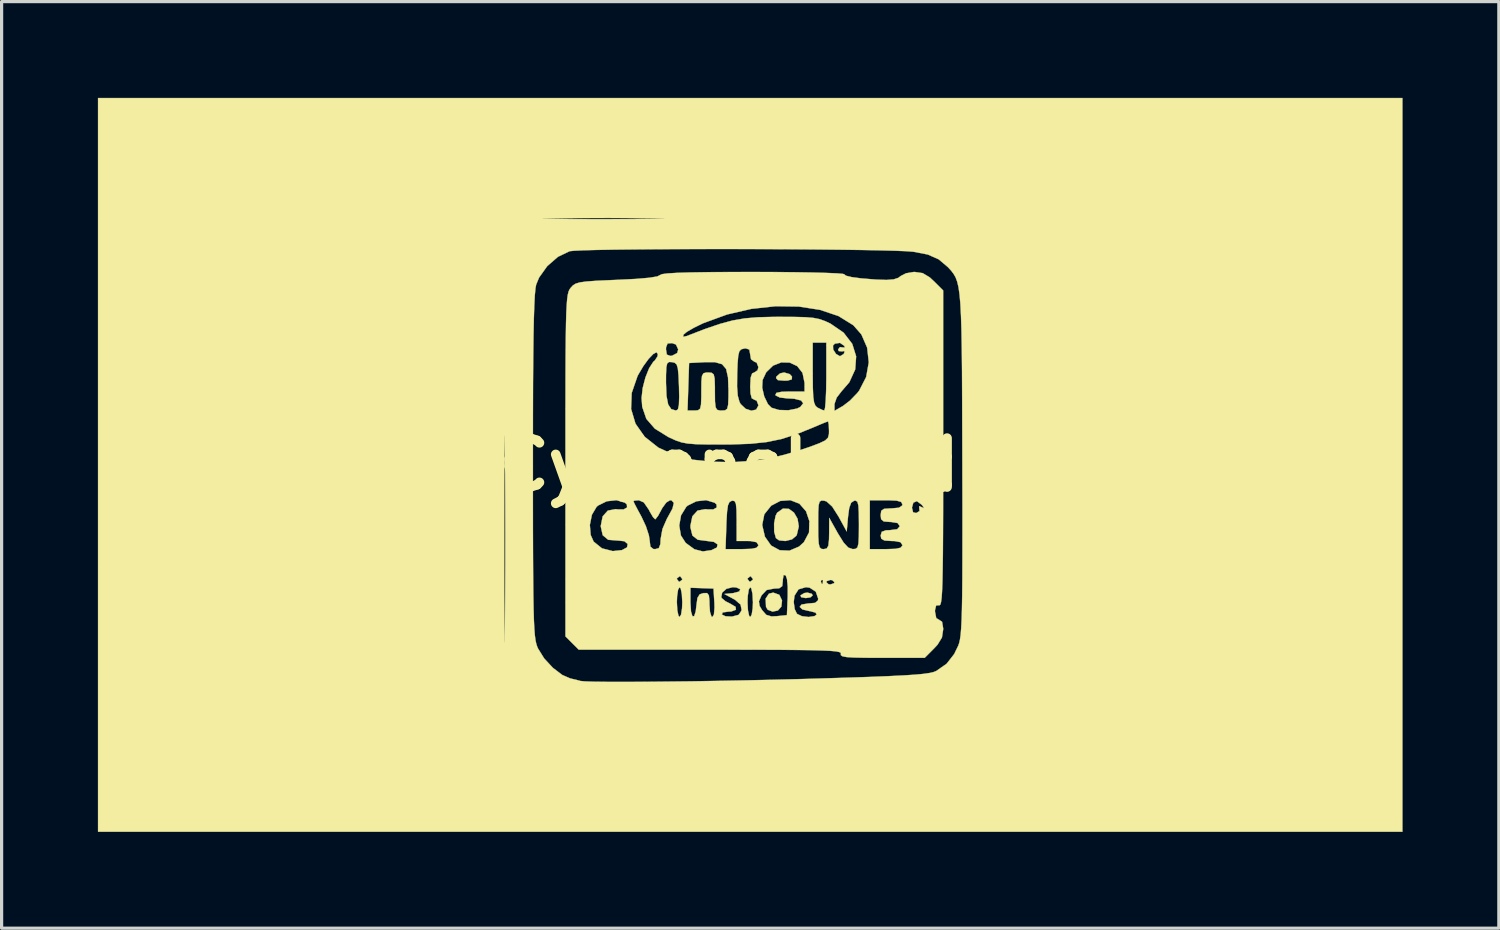
<source format=kicad_pcb>
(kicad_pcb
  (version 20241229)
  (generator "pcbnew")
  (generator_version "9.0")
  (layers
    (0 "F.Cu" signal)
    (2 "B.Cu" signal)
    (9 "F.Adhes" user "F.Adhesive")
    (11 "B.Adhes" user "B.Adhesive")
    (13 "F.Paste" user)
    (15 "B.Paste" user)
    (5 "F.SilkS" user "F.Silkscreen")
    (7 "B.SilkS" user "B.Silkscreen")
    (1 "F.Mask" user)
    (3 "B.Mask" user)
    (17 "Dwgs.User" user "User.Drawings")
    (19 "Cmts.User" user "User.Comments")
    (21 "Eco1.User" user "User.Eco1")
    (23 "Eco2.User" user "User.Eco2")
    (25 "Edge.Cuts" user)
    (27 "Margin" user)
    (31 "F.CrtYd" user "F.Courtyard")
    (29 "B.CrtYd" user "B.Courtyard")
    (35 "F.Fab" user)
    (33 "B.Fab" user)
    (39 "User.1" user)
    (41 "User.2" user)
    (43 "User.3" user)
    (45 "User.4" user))
  (footprint "CycloneInside"
    (layer "F.Cu")
    (at 20.325 11.435)
    (property "Reference" "CycloneInside" (at 0 0 0) (layer "F.SilkS") (effects (font (size 1.524 1.524) (thickness 0.3))))
    (attr through_hole)
    (fp_poly (pts (xy 1.918 4.016) (xy 1.947 4.064) (xy 1.875 4.127) (xy 1.731 4.149) (xy 1.587 4.122) (xy 1.566 4.064) (xy 1.686 3.993) (xy 1.783 3.979) (xy 1.918 4.016)) (stroke (width 0.01) (type solid)) (fill yes) (layer "F.SilkS"))
    (fp_poly (pts (xy 0.906 4.047) (xy 0.991 4.224) (xy 0.97 4.415) (xy 0.862 4.537) (xy 0.696 4.571) (xy 0.546 4.513) (xy 0.492 4.424) (xy 0.48 4.167) (xy 0.582 4.013) (xy 0.717 3.979) (xy 0.906 4.047)) (stroke (width 0.01) (type solid)) (fill yes) (layer "F.SilkS"))
    (fp_poly (pts (xy 1.23 -2.829) (xy 1.301 -2.752) (xy 1.295 -2.664) (xy 1.167 -2.628) (xy 1.058 -2.625) (xy 0.863 -2.642) (xy 0.805 -2.704) (xy 0.816 -2.752) (xy 0.93 -2.852) (xy 1.058 -2.879) (xy 1.23 -2.829)) (stroke (width 0.01) (type solid)) (fill yes) (layer "F.SilkS"))
    (fp_poly (pts (xy 1.204 1.37) (xy 1.363 1.486) (xy 1.475 1.679) (xy 1.513 1.918) (xy 1.453 2.173) (xy 1.436 2.207) (xy 1.301 2.32) (xy 1.096 2.371) (xy 0.899 2.351) (xy 0.801 2.28) (xy 0.746 2.084) (xy 0.744 1.822) (xy 0.791 1.584) (xy 0.84 1.489) (xy 1.021 1.361) (xy 1.204 1.37)) (stroke (width 0.01) (type solid)) (fill yes) (layer "F.SilkS"))
    (fp_poly (pts (xy 20.32 11.43) (xy -20.32 11.43) (xy -20.32 2.328) (xy -7.665 2.328) (xy -7.665 3.17) (xy -7.664 3.894) (xy -7.662 4.496) (xy -7.66 4.968) (xy -7.657 5.306) (xy -7.654 5.502) (xy -7.651 5.552) (xy -7.648 5.448) (xy -7.644 5.185) (xy -7.641 4.926) (xy -7.636 4.093) (xy -7.632 3.154) (xy -7.631 2.167) (xy -7.633 1.19) (xy -7.637 0.28) (xy -7.641 -0.324) (xy -7.643 -0.485) (xy -6.771 -0.485) (xy -6.771 0.052) (xy -6.771 1.138) (xy -6.77 2.069) (xy -6.767 2.856) (xy -6.763 3.512) (xy -6.758 4.052) (xy -6.75 4.489) (xy -6.74 4.834) (xy -6.727 5.102) (xy -6.711 5.305) (xy -6.691 5.457) (xy -6.667 5.57) (xy -6.639 5.658) (xy -6.615 5.716) (xy -6.421 6.029) (xy -6.151 6.321) (xy -5.855 6.546) (xy -5.608 6.653) (xy -5.407 6.7) (xy -5.292 6.732) (xy -5.162 6.745) (xy -4.88 6.755) (xy -4.464 6.76) (xy -3.932 6.761) (xy -3.299 6.759) (xy -2.585 6.752) (xy -1.806 6.743) (xy -0.98 6.729) (xy -0.124 6.713) (xy 0.744 6.694) (xy 1.607 6.672) (xy 2.117 6.657) (xy 2.996 6.63) (xy 3.723 6.606) (xy 4.31 6.582) (xy 4.776 6.559) (xy 5.134 6.536) (xy 5.401 6.511) (xy 5.591 6.483) (xy 5.722 6.451) (xy 5.8 6.419) (xy 6.121 6.194) (xy 6.355 5.893) (xy 6.483 5.63) (xy 6.511 5.548) (xy 6.535 5.442) (xy 6.556 5.297) (xy 6.572 5.102) (xy 6.586 4.843) (xy 6.596 4.507) (xy 6.604 4.082) (xy 6.609 3.554) (xy 6.611 2.91) (xy 6.612 2.139) (xy 6.612 1.226) (xy 6.609 0.158) (xy 6.609 -0.03) (xy 6.606 -1.147) (xy 6.603 -2.107) (xy 6.599 -2.924) (xy 6.592 -3.61) (xy 6.582 -4.178) (xy 6.567 -4.642) (xy 6.548 -5.014) (xy 6.522 -5.307) (xy 6.49 -5.534) (xy 6.449 -5.708) (xy 6.399 -5.842) (xy 6.339 -5.949) (xy 6.269 -6.042) (xy 6.186 -6.134) (xy 6.155 -6.166) (xy 5.874 -6.404) (xy 5.534 -6.555) (xy 5.083 -6.642) (xy 5.08 -6.642) (xy 4.861 -6.659) (xy 4.5 -6.673) (xy 4.016 -6.686) (xy 3.426 -6.697) (xy 2.749 -6.706) (xy 2.003 -6.714) (xy 1.207 -6.72) (xy 0.379 -6.724) (xy -0.462 -6.726) (xy -1.3 -6.726) (xy -2.114 -6.724) (xy -2.886 -6.721) (xy -3.6 -6.715) (xy -4.235 -6.708) (xy -4.774 -6.698) (xy -5.198 -6.687) (xy -5.489 -6.673) (xy -5.628 -6.658) (xy -5.991 -6.484) (xy -6.325 -6.193) (xy -6.579 -5.837) (xy -6.67 -5.618) (xy -6.692 -5.495) (xy -6.712 -5.282) (xy -6.728 -4.969) (xy -6.742 -4.548) (xy -6.753 -4.009) (xy -6.761 -3.343) (xy -6.767 -2.54) (xy -6.77 -1.59) (xy -6.771 -0.485) (xy -7.643 -0.485) (xy -7.645 -0.685) (xy -7.649 -0.883) (xy -7.652 -0.924) (xy -7.656 -0.814) (xy -7.658 -0.56) (xy -7.661 -0.167) (xy -7.663 0.357) (xy -7.664 1.007) (xy -7.665 1.777) (xy -7.665 2.328) (xy -20.32 2.328) (xy -20.32 -7.673) (xy -6.478 -7.673) (xy -6.425 -7.668) (xy -6.226 -7.665) (xy -5.89 -7.662) (xy -5.425 -7.659) (xy -4.838 -7.658) (xy -4.572 -7.658) (xy -3.939 -7.659) (xy -3.425 -7.661) (xy -3.036 -7.663) (xy -2.781 -7.667) (xy -2.669 -7.671) (xy -2.707 -7.676) (xy -2.903 -7.681) (xy -3.027 -7.683) (xy -3.681 -7.691) (xy -4.427 -7.694) (xy -5.188 -7.692) (xy -5.886 -7.687) (xy -6.117 -7.683) (xy -6.378 -7.678) (xy -6.478 -7.673) (xy -20.32 -7.673) (xy -20.32 -11.43) (xy 20.32 -11.43) (xy 20.32 11.43)) (stroke (width 0.01) (type solid)) (fill yes) (layer "F.SilkS"))
    (fp_poly (pts (xy 5.373 -5.975) (xy 5.593 -5.843) (xy 5.723 -5.723) (xy 6.011 -5.436) (xy 6.011 -0.507) (xy 6.011 0.538) (xy 6.01 1.427) (xy 6.007 2.17) (xy 6.003 2.781) (xy 5.996 3.272) (xy 5.988 3.654) (xy 5.977 3.941) (xy 5.963 4.144) (xy 5.945 4.275) (xy 5.925 4.348) (xy 5.9 4.374) (xy 5.884 4.372) (xy 5.792 4.38) (xy 5.758 4.519) (xy 5.757 4.575) (xy 5.796 4.774) (xy 5.884 4.826) (xy 5.977 4.888) (xy 6.011 5.089) (xy 6.011 5.131) (xy 5.973 5.378) (xy 5.836 5.602) (xy 5.723 5.723) (xy 5.436 6.011) (xy 4.106 6.011) (xy 3.6 6.009) (xy 3.241 6.002) (xy 3.007 5.988) (xy 2.875 5.963) (xy 2.823 5.927) (xy 2.825 5.884) (xy 2.82 5.855) (xy 2.774 5.831) (xy 2.673 5.81) (xy 2.502 5.794) (xy 2.25 5.782) (xy 1.903 5.772) (xy 1.446 5.766) (xy 0.868 5.761) (xy 0.154 5.759) (xy -0.709 5.757) (xy -1.234 5.757) (xy -5.342 5.757) (xy -5.55 5.55) (xy -5.757 5.342) (xy -5.757 4.276) (xy -2.286 4.276) (xy -2.272 4.531) (xy -2.236 4.7) (xy -2.201 4.741) (xy -2.155 4.665) (xy -2.124 4.467) (xy -2.117 4.285) (xy -1.863 4.285) (xy -1.845 4.568) (xy -1.801 4.714) (xy -1.747 4.715) (xy -1.698 4.563) (xy -1.677 4.381) (xy -1.645 4.147) (xy -1.575 4.033) (xy -1.46 3.995) (xy -1.344 3.994) (xy -1.288 4.065) (xy -1.271 4.248) (xy -1.27 4.354) (xy -1.253 4.585) (xy -1.208 4.723) (xy -1.181 4.741) (xy -1.131 4.663) (xy -1.113 4.447) (xy -1.117 4.297) (xy -1.128 4.119) (xy -0.902 4.119) (xy -0.888 4.15) (xy -0.769 4.25) (xy -0.627 4.321) (xy -0.455 4.422) (xy -0.446 4.514) (xy -0.593 4.567) (xy -0.682 4.572) (xy -0.857 4.596) (xy -0.886 4.661) (xy -0.886 4.661) (xy -0.771 4.716) (xy -0.571 4.726) (xy -0.564 4.725) (xy -0.359 4.671) (xy -0.275 4.543) (xy -0.27 4.513) (xy -0.3 4.353) (xy -0.388 4.276) (xy -0.085 4.276) (xy -0.071 4.531) (xy -0.035 4.7) (xy 0 4.741) (xy 0.046 4.665) (xy 0.077 4.467) (xy 0.085 4.276) (xy 0.083 4.251) (xy 0.27 4.251) (xy 0.292 4.393) (xy 0.368 4.522) (xy 0.499 4.672) (xy 0.663 4.721) (xy 0.829 4.713) (xy 1.143 4.681) (xy 1.161 4.276) (xy 1.355 4.276) (xy 1.386 4.495) (xy 1.456 4.64) (xy 1.61 4.714) (xy 1.819 4.739) (xy 2.003 4.711) (xy 2.071 4.662) (xy 2.033 4.602) (xy 1.874 4.559) (xy 1.85 4.556) (xy 1.627 4.504) (xy 1.542 4.424) (xy 1.599 4.351) (xy 1.803 4.318) (xy 1.813 4.318) (xy 2.024 4.298) (xy 2.109 4.224) (xy 2.117 4.166) (xy 2.043 3.95) (xy 1.852 3.825) (xy 1.736 3.81) (xy 1.505 3.877) (xy 1.379 4.075) (xy 1.355 4.276) (xy 1.161 4.276) (xy 1.168 4.106) (xy 1.169 3.793) (xy 1.154 3.641) (xy 2.201 3.641) (xy 2.232 3.71) (xy 2.258 3.697) (xy 2.262 3.655) (xy 2.371 3.655) (xy 2.439 3.717) (xy 2.498 3.725) (xy 2.61 3.687) (xy 2.625 3.655) (xy 2.556 3.592) (xy 2.498 3.584) (xy 2.385 3.622) (xy 2.371 3.655) (xy 2.262 3.655) (xy 2.268 3.597) (xy 2.258 3.584) (xy 2.207 3.596) (xy 2.201 3.641) (xy 1.154 3.641) (xy 1.145 3.554) (xy 1.105 3.442) (xy 1.04 3.429) (xy 1.016 3.571) (xy 1.016 3.603) (xy 0.997 3.777) (xy 0.904 3.844) (xy 0.745 3.853) (xy 0.512 3.898) (xy 0.358 4.059) (xy 0.348 4.075) (xy 0.27 4.251) (xy 0.083 4.251) (xy 0.071 4.021) (xy 0.035 3.852) (xy 0 3.81) (xy -0.046 3.887) (xy -0.077 4.084) (xy -0.085 4.276) (xy -0.388 4.276) (xy -0.462 4.211) (xy -0.524 4.175) (xy -0.804 4.022) (xy -0.528 3.995) (xy -0.342 3.945) (xy -0.311 3.873) (xy -0.431 3.819) (xy -0.545 3.81) (xy -0.74 3.86) (xy -0.874 3.978) (xy -0.902 4.119) (xy -1.128 4.119) (xy -1.143 3.852) (xy -1.503 3.84) (xy -1.863 3.828) (xy -1.863 4.285) (xy -2.117 4.285) (xy -2.117 4.276) (xy -2.131 4.021) (xy -2.166 3.852) (xy -2.201 3.81) (xy -2.248 3.887) (xy -2.278 4.084) (xy -2.286 4.276) (xy -5.757 4.276) (xy -5.757 3.556) (xy -2.286 3.556) (xy -2.222 3.638) (xy -2.201 3.641) (xy -2.119 3.576) (xy -2.117 3.556) (xy -0.085 3.556) (xy -0.02 3.638) (xy 0 3.641) (xy 0.082 3.576) (xy 0.085 3.556) (xy 0.02 3.474) (xy 0 3.471) (xy -0.082 3.536) (xy -0.085 3.556) (xy -2.117 3.556) (xy -2.181 3.474) (xy -2.201 3.471) (xy -2.284 3.536) (xy -2.286 3.556) (xy -5.757 3.556) (xy -5.757 1.87) (xy -4.997 1.87) (xy -4.971 2.184) (xy -4.879 2.39) (xy -4.619 2.6) (xy -4.282 2.686) (xy -3.996 2.655) (xy -3.838 2.569) (xy -3.819 2.463) (xy -3.92 2.378) (xy -4.125 2.356) (xy -4.133 2.356) (xy -4.424 2.334) (xy -4.596 2.191) (xy -4.656 1.922) (xy -4.657 1.901) (xy -4.598 1.605) (xy -4.437 1.424) (xy -4.192 1.378) (xy -4.138 1.386) (xy -3.946 1.388) (xy -3.837 1.326) (xy -3.845 1.229) (xy -3.905 1.177) (xy -4.066 1.129) (xy -3.641 1.129) (xy -3.603 1.213) (xy -3.505 1.401) (xy -3.388 1.616) (xy -3.25 1.911) (xy -3.158 2.193) (xy -3.134 2.349) (xy -3.111 2.545) (xy -3.024 2.619) (xy -2.963 2.625) (xy -2.849 2.594) (xy -2.8 2.47) (xy -2.791 2.307) (xy -2.735 1.998) (xy -2.688 1.889) (xy -2.212 1.889) (xy -2.16 2.199) (xy -2.011 2.43) (xy -1.737 2.63) (xy -1.475 2.696) (xy -1.206 2.656) (xy -1.143 2.625) (xy -0.769 2.625) (xy -0.257 2.625) (xy 0.039 2.615) (xy 0.198 2.581) (xy 0.253 2.514) (xy 0.254 2.498) (xy 0.198 2.409) (xy 0.013 2.373) (xy -0.085 2.371) (xy -0.423 2.371) (xy -0.423 1.87) (xy 0.373 1.87) (xy 0.457 2.236) (xy 0.65 2.512) (xy 0.919 2.659) (xy 1.222 2.672) (xy 1.521 2.545) (xy 1.672 2.408) (xy 1.832 2.106) (xy 1.84 1.857) (xy 2.117 1.857) (xy 2.119 2.22) (xy 2.133 2.447) (xy 2.163 2.568) (xy 2.218 2.617) (xy 2.286 2.625) (xy 2.382 2.605) (xy 2.434 2.52) (xy 2.455 2.33) (xy 2.459 2.138) (xy 2.462 1.651) (xy 2.734 2.137) (xy 2.911 2.422) (xy 3.054 2.576) (xy 3.191 2.623) (xy 3.196 2.624) (xy 3.286 2.615) (xy 3.342 2.568) (xy 3.372 2.449) (xy 3.384 2.227) (xy 3.387 1.868) (xy 3.387 1.856) (xy 3.383 1.492) (xy 3.37 1.267) (xy 3.34 1.151) (xy 3.287 1.113) (xy 3.239 1.116) (xy 3.144 1.178) (xy 3.084 1.342) (xy 3.048 1.609) (xy 3.006 2.074) (xy 2.752 1.609) (xy 2.554 1.298) (xy 2.38 1.14) (xy 2.307 1.116) (xy 2.217 1.111) (xy 2.161 1.148) (xy 2.131 1.258) (xy 2.119 1.472) (xy 2.117 1.822) (xy 2.117 1.857) (xy 1.84 1.857) (xy 1.844 1.754) (xy 1.739 1.445) (xy 1.532 1.208) (xy 1.255 1.101) (xy 3.725 1.101) (xy 3.725 2.625) (xy 4.233 2.625) (xy 4.528 2.615) (xy 4.687 2.58) (xy 4.74 2.513) (xy 4.741 2.498) (xy 4.685 2.409) (xy 4.5 2.373) (xy 4.403 2.371) (xy 4.181 2.356) (xy 4.083 2.299) (xy 4.064 2.201) (xy 4.097 2.085) (xy 4.227 2.038) (xy 4.36 2.032) (xy 4.58 2.004) (xy 4.656 1.917) (xy 4.657 1.905) (xy 4.592 1.811) (xy 4.387 1.778) (xy 4.36 1.778) (xy 4.16 1.762) (xy 4.078 1.691) (xy 4.064 1.566) (xy 4.082 1.43) (xy 4.17 1.369) (xy 4.373 1.355) (xy 4.403 1.355) (xy 4.638 1.334) (xy 4.641 1.332) (xy 5.038 1.332) (xy 5.074 1.476) (xy 5.17 1.5) (xy 5.274 1.44) (xy 5.268 1.366) (xy 5.263 1.285) (xy 5.341 1.315) (xy 5.417 1.351) (xy 5.38 1.288) (xy 5.342 1.241) (xy 5.194 1.129) (xy 5.082 1.176) (xy 5.038 1.332) (xy 4.641 1.332) (xy 4.735 1.264) (xy 4.741 1.228) (xy 4.702 1.154) (xy 4.564 1.114) (xy 4.295 1.101) (xy 4.233 1.101) (xy 3.725 1.101) (xy 1.255 1.101) (xy 1.25 1.099) (xy 0.935 1.123) (xy 0.653 1.271) (xy 0.439 1.538) (xy 0.373 1.87) (xy -0.423 1.87) (xy -0.423 1.729) (xy -0.428 1.403) (xy -0.446 1.213) (xy -0.486 1.128) (xy -0.555 1.114) (xy -0.572 1.117) (xy -0.645 1.155) (xy -0.693 1.257) (xy -0.722 1.456) (xy -0.741 1.783) (xy -0.744 1.885) (xy -0.769 2.625) (xy -1.143 2.625) (xy -1.038 2.573) (xy -1.018 2.476) (xy -1.132 2.399) (xy -1.338 2.371) (xy -1.634 2.332) (xy -1.801 2.201) (xy -1.861 1.956) (xy -1.863 1.894) (xy -1.803 1.602) (xy -1.64 1.423) (xy -1.395 1.379) (xy -1.344 1.386) (xy -1.152 1.388) (xy -1.043 1.326) (xy -1.051 1.229) (xy -1.111 1.177) (xy -1.374 1.099) (xy -1.677 1.133) (xy -1.946 1.266) (xy -1.994 1.308) (xy -2.156 1.572) (xy -2.212 1.889) (xy -2.688 1.889) (xy -2.595 1.676) (xy -2.58 1.651) (xy -2.422 1.361) (xy -2.38 1.183) (xy -2.45 1.106) (xy -2.499 1.101) (xy -2.615 1.171) (xy -2.741 1.344) (xy -2.769 1.397) (xy -2.871 1.586) (xy -2.95 1.688) (xy -2.963 1.693) (xy -3.03 1.625) (xy -3.13 1.454) (xy -3.158 1.397) (xy -3.315 1.169) (xy -3.47 1.101) (xy -3.609 1.113) (xy -3.641 1.129) (xy -4.066 1.129) (xy -4.168 1.099) (xy -4.471 1.133) (xy -4.74 1.266) (xy -4.788 1.308) (xy -4.933 1.553) (xy -4.997 1.87) (xy -5.757 1.87) (xy -5.757 0.013) (xy -5.757 -1.07) (xy -5.757 -1.744) (xy -3.712 -1.744) (xy -3.575 -1.285) (xy -3.29 -0.878) (xy -2.864 -0.54) (xy -2.311 -0.285) (xy -1.807 -0.164) (xy -1.196 -0.098) (xy -0.531 -0.086) (xy 0.133 -0.132) (xy 0.635 -0.211) (xy 1.035 -0.309) (xy 1.487 -0.439) (xy 1.841 -0.557) (xy 2.151 -0.673) (xy 2.334 -0.76) (xy 2.423 -0.847) (xy 2.453 -0.961) (xy 2.455 -1.067) (xy 2.447 -1.259) (xy 2.427 -1.353) (xy 2.424 -1.355) (xy 2.335 -1.324) (xy 2.139 -1.243) (xy 1.937 -1.157) (xy 1.427 -0.951) (xy 0.968 -0.805) (xy 0.509 -0.711) (xy -0.001 -0.658) (xy -0.611 -0.637) (xy -0.847 -0.636) (xy -1.332 -0.637) (xy -1.686 -0.645) (xy -1.943 -0.665) (xy -2.141 -0.702) (xy -2.316 -0.761) (xy -2.505 -0.847) (xy -2.557 -0.872) (xy -2.972 -1.13) (xy -3.236 -1.434) (xy -3.365 -1.808) (xy -3.385 -2.084) (xy -3.351 -2.393) (xy -3.307 -2.563) (xy -2.625 -2.563) (xy -2.609 -2.151) (xy -2.557 -1.883) (xy -2.461 -1.738) (xy -2.313 -1.693) (xy -2.308 -1.693) (xy -1.954 -1.693) (xy -1.739 -1.693) (xy -1.627 -1.702) (xy -1.562 -1.751) (xy -1.533 -1.879) (xy -1.524 -2.122) (xy -1.524 -2.286) (xy -1.521 -2.596) (xy -1.503 -2.773) (xy -1.456 -2.855) (xy -1.369 -2.878) (xy -1.312 -2.879) (xy -1.202 -2.87) (xy -1.138 -2.819) (xy -1.109 -2.69) (xy -1.101 -2.444) (xy -1.101 -2.286) (xy -1.098 -1.976) (xy -1.079 -1.799) (xy -1.033 -1.717) (xy -0.945 -1.694) (xy -0.889 -1.693) (xy -0.781 -1.701) (xy -0.718 -1.749) (xy -0.688 -1.873) (xy -0.678 -2.108) (xy -0.677 -2.322) (xy -0.681 -2.436) (xy -0.41 -2.436) (xy -0.388 -2.154) (xy -0.336 -1.965) (xy -0.298 -1.895) (xy -0.143 -1.748) (xy 0.035 -1.689) (xy 0.185 -1.722) (xy 0.254 -1.849) (xy 0.254 -1.863) (xy 0.201 -2.001) (xy 0.127 -2.032) (xy 0.047 -2.077) (xy 0.008 -2.234) (xy 0.002 -2.408) (xy 0.372 -2.408) (xy 0.436 -2.133) (xy 0.551 -1.895) (xy 0.663 -1.781) (xy 0.897 -1.711) (xy 1.192 -1.703) (xy 1.46 -1.756) (xy 1.563 -1.807) (xy 1.651 -1.921) (xy 1.584 -2.008) (xy 1.372 -2.061) (xy 1.151 -2.073) (xy 0.925 -2.099) (xy 0.794 -2.163) (xy 0.784 -2.18) (xy 0.816 -2.245) (xy 0.98 -2.278) (xy 1.221 -2.286) (xy 1.693 -2.286) (xy 1.693 -2.556) (xy 1.63 -2.866) (xy 1.464 -3.078) (xy 1.231 -3.188) (xy 0.968 -3.194) (xy 0.712 -3.094) (xy 0.498 -2.886) (xy 0.385 -2.645) (xy 0.372 -2.408) (xy 0.002 -2.408) (xy 0 -2.455) (xy 0.014 -2.722) (xy 0.061 -2.852) (xy 0.127 -2.879) (xy 0.23 -2.949) (xy 0.254 -3.048) (xy 0.201 -3.186) (xy 0.127 -3.217) (xy 0.025 -3.291) (xy 0 -3.435) (xy -0.028 -3.593) (xy -0.139 -3.631) (xy -0.191 -3.625) (xy -0.282 -3.601) (xy -0.34 -3.538) (xy -0.374 -3.4) (xy -0.394 -3.156) (xy -0.406 -2.848) (xy -0.41 -2.436) (xy -0.681 -2.436) (xy -0.692 -2.726) (xy -0.751 -2.989) (xy -0.878 -3.138) (xy -1.096 -3.2) (xy -1.427 -3.2) (xy -1.428 -3.2) (xy -1.905 -3.175) (xy -1.954 -1.693) (xy -2.308 -1.693) (xy -2.252 -1.732) (xy -2.222 -1.865) (xy -2.213 -2.12) (xy -2.219 -2.434) (xy -2.234 -2.79) (xy -2.256 -3.012) (xy -2.294 -3.132) (xy -2.358 -3.185) (xy -2.434 -3.202) (xy -2.529 -3.207) (xy -2.586 -3.164) (xy -2.614 -3.042) (xy -2.624 -2.807) (xy -2.625 -2.563) (xy -3.307 -2.563) (xy -3.266 -2.721) (xy -3.149 -3.014) (xy -3.019 -3.214) (xy -2.972 -3.254) (xy -2.889 -3.381) (xy -2.879 -3.449) (xy -2.919 -3.511) (xy -3.023 -3.453) (xy -3.168 -3.301) (xy -3.33 -3.079) (xy -3.487 -2.814) (xy -3.513 -2.763) (xy -3.693 -2.241) (xy -3.712 -1.744) (xy -5.757 -1.744) (xy -5.756 -1.996) (xy -5.755 -2.778) (xy -5.752 -3.43) (xy -5.75 -3.598) (xy -2.625 -3.598) (xy -2.599 -3.437) (xy -2.492 -3.396) (xy -2.434 -3.402) (xy -2.275 -3.486) (xy -2.244 -3.598) (xy -2.313 -3.75) (xy -2.434 -3.795) (xy -2.575 -3.784) (xy -2.622 -3.666) (xy -2.625 -3.598) (xy -5.75 -3.598) (xy -5.748 -3.81) (xy 1.947 -3.81) (xy 1.947 -2.841) (xy 1.951 -2.413) (xy 1.963 -2.124) (xy 1.99 -1.943) (xy 2.034 -1.839) (xy 2.095 -1.785) (xy 2.247 -1.712) (xy 2.307 -1.696) (xy 2.331 -1.774) (xy 2.351 -1.99) (xy 2.365 -2.311) (xy 2.371 -2.705) (xy 2.371 -2.752) (xy 2.371 -3.722) (xy 2.58 -3.722) (xy 2.584 -3.596) (xy 2.673 -3.457) (xy 2.794 -3.387) (xy 2.799 -3.387) (xy 2.902 -3.448) (xy 2.93 -3.486) (xy 2.934 -3.551) (xy 2.864 -3.536) (xy 2.755 -3.547) (xy 2.738 -3.598) (xy 2.797 -3.671) (xy 2.864 -3.661) (xy 2.948 -3.656) (xy 2.93 -3.711) (xy 2.796 -3.802) (xy 2.639 -3.779) (xy 2.58 -3.722) (xy 2.371 -3.722) (xy 2.371 -3.81) (xy 1.947 -3.81) (xy -5.748 -3.81) (xy -5.747 -3.963) (xy -5.746 -3.989) (xy -2.094 -3.989) (xy -1.983 -4.014) (xy -1.982 -4.014) (xy -1.413 -4.233) (xy -0.951 -4.391) (xy -0.553 -4.499) (xy -0.172 -4.565) (xy 0.237 -4.6) (xy 0.72 -4.612) (xy 0.889 -4.613) (xy 1.37 -4.611) (xy 1.718 -4.602) (xy 1.97 -4.58) (xy 2.164 -4.541) (xy 2.335 -4.479) (xy 2.498 -4.403) (xy 2.909 -4.121) (xy 3.178 -3.772) (xy 3.3 -3.382) (xy 3.271 -2.975) (xy 3.088 -2.575) (xy 2.844 -2.292) (xy 2.694 -2.097) (xy 2.625 -1.899) (xy 2.625 -1.885) (xy 2.625 -1.684) (xy 2.891 -1.837) (xy 3.109 -2.004) (xy 3.333 -2.236) (xy 3.395 -2.314) (xy 3.612 -2.737) (xy 3.694 -3.197) (xy 3.643 -3.653) (xy 3.463 -4.066) (xy 3.213 -4.351) (xy 2.752 -4.637) (xy 2.176 -4.831) (xy 1.513 -4.934) (xy 0.791 -4.944) (xy 0.037 -4.862) (xy -0.721 -4.687) (xy -1.455 -4.419) (xy -1.491 -4.403) (xy -1.766 -4.268) (xy -1.978 -4.143) (xy -2.077 -4.06) (xy -2.094 -3.989) (xy -5.746 -3.989) (xy -5.74 -4.391) (xy -5.731 -4.726) (xy -5.718 -4.981) (xy -5.703 -5.169) (xy -5.684 -5.303) (xy -5.661 -5.396) (xy -5.634 -5.46) (xy -5.602 -5.507) (xy -5.596 -5.515) (xy -5.525 -5.592) (xy -5.437 -5.648) (xy -5.304 -5.687) (xy -5.098 -5.715) (xy -4.791 -5.737) (xy -4.354 -5.757) (xy -4.139 -5.766) (xy -3.56 -5.795) (xy -3.144 -5.831) (xy -2.894 -5.872) (xy -2.812 -5.914) (xy -2.749 -5.943) (xy -2.575 -5.966) (xy -2.279 -5.984) (xy -1.851 -5.997) (xy -1.282 -6.006) (xy -0.561 -6.01) (xy 0.097 -6.011) (xy 0.773 -6.009) (xy 1.39 -6.003) (xy 1.929 -5.994) (xy 2.371 -5.982) (xy 2.696 -5.968) (xy 2.886 -5.952) (xy 2.928 -5.939) (xy 2.982 -5.895) (xy 3.166 -5.85) (xy 3.44 -5.814) (xy 3.453 -5.812) (xy 3.919 -5.774) (xy 4.249 -5.763) (xy 4.47 -5.781) (xy 4.615 -5.829) (xy 4.687 -5.884) (xy 4.854 -5.97) (xy 5.094 -6.011) (xy 5.125 -6.011) (xy 5.373 -5.975)) (stroke (width 0.01) (type solid)) (fill yes) (layer "F.SilkS")))
  (gr_rect
    (start -3 -3)
    (end 43.65 25.87)
    (stroke (width 0.1) (type default))
    (fill no)
    (layer "Edge.Cuts")))
</source>
